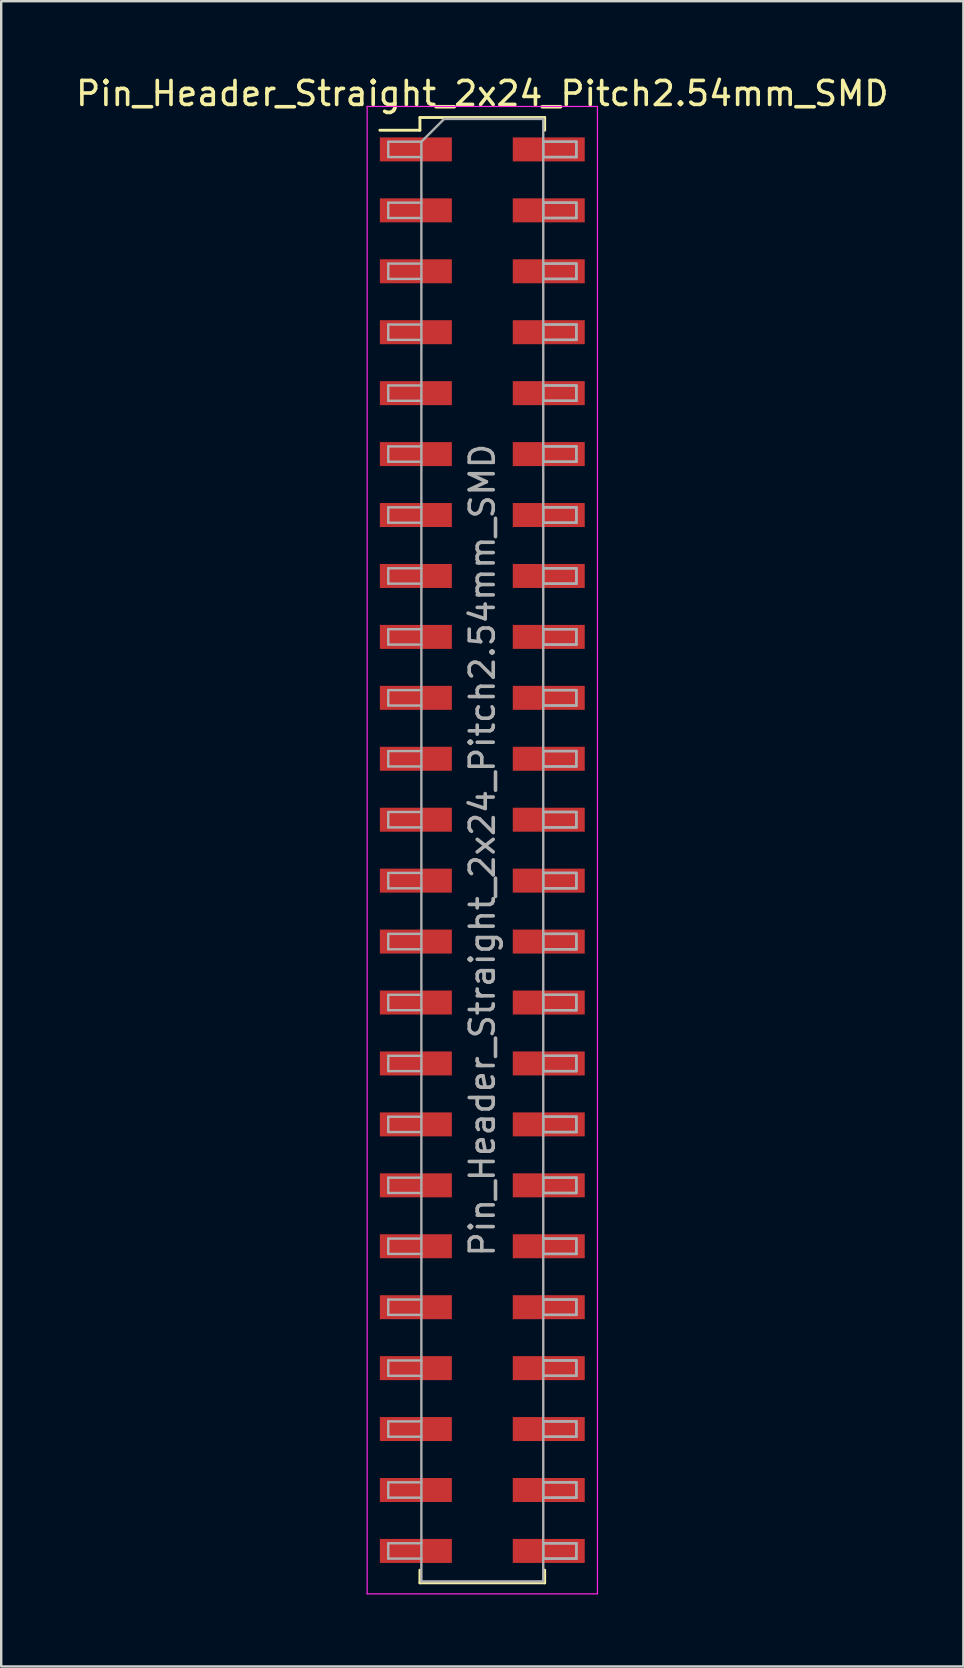
<source format=kicad_pcb>
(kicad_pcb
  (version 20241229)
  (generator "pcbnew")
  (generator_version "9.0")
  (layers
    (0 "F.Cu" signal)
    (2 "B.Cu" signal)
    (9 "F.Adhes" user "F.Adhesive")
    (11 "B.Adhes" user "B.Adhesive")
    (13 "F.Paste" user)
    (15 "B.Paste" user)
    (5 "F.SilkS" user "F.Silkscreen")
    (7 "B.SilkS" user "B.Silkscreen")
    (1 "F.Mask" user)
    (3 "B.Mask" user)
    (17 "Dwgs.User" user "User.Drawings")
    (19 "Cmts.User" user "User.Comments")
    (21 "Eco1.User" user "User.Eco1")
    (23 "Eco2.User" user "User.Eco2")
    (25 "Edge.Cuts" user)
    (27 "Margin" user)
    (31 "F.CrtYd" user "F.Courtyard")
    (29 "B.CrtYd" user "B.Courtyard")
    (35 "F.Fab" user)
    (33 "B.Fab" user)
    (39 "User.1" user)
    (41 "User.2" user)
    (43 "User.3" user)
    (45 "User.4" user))
  (footprint "Pin_Header_Straight_2x24_Pitch2.54mm_SMD"
    (layer "F.Cu")
    (at 17.054 32.388)
    (property "Reference" "Pin_Header_Straight_2x24_Pitch2.54mm_SMD" (at 0 -31.54 0) (layer "F.SilkS") (effects (font (size 1 1) (thickness 0.15))))
    (attr smd)
    (fp_line (start -4.27 -30.01) (end -2.6 -30.01) (stroke (width 0.12) (type solid)) (layer "F.SilkS"))
    (fp_line (start -2.6 -30.54) (end 2.6 -30.54) (stroke (width 0.12) (type solid)) (layer "F.SilkS"))
    (fp_line (start -2.6 -30.01) (end -2.6 -30.54) (stroke (width 0.12) (type solid)) (layer "F.SilkS"))
    (fp_line (start -2.6 30.01) (end -2.6 30.54) (stroke (width 0.12) (type solid)) (layer "F.SilkS"))
    (fp_line (start -2.6 30.54) (end 2.6 30.54) (stroke (width 0.12) (type solid)) (layer "F.SilkS"))
    (fp_line (start 2.6 -30.54) (end 2.6 -30.01) (stroke (width 0.12) (type solid)) (layer "F.SilkS"))
    (fp_line (start 2.6 30.54) (end 2.6 30.01) (stroke (width 0.12) (type solid)) (layer "F.SilkS"))
    (fp_line (start -4.8 -31) (end -4.8 31) (stroke (width 0.05) (type solid)) (layer "F.CrtYd"))
    (fp_line (start -4.8 31) (end 4.8 31) (stroke (width 0.05) (type solid)) (layer "F.CrtYd"))
    (fp_line (start 4.8 -31) (end -4.8 -31) (stroke (width 0.05) (type solid)) (layer "F.CrtYd"))
    (fp_line (start 4.8 31) (end 4.8 -31) (stroke (width 0.05) (type solid)) (layer "F.CrtYd"))
    (fp_line (start -3.92 -29.53) (end -3.92 -28.89) (stroke (width 0.1) (type solid)) (layer "F.Fab"))
    (fp_line (start -3.92 -28.89) (end -2.54 -28.89) (stroke (width 0.1) (type solid)) (layer "F.Fab"))
    (fp_line (start -3.92 -26.99) (end -3.92 -26.35) (stroke (width 0.1) (type solid)) (layer "F.Fab"))
    (fp_line (start -3.92 -26.35) (end -2.54 -26.35) (stroke (width 0.1) (type solid)) (layer "F.Fab"))
    (fp_line (start -3.92 -24.45) (end -3.92 -23.81) (stroke (width 0.1) (type solid)) (layer "F.Fab"))
    (fp_line (start -3.92 -23.81) (end -2.54 -23.81) (stroke (width 0.1) (type solid)) (layer "F.Fab"))
    (fp_line (start -3.92 -21.91) (end -3.92 -21.27) (stroke (width 0.1) (type solid)) (layer "F.Fab"))
    (fp_line (start -3.92 -21.27) (end -2.54 -21.27) (stroke (width 0.1) (type solid)) (layer "F.Fab"))
    (fp_line (start -3.92 -19.37) (end -3.92 -18.73) (stroke (width 0.1) (type solid)) (layer "F.Fab"))
    (fp_line (start -3.92 -18.73) (end -2.54 -18.73) (stroke (width 0.1) (type solid)) (layer "F.Fab"))
    (fp_line (start -3.92 -16.83) (end -3.92 -16.19) (stroke (width 0.1) (type solid)) (layer "F.Fab"))
    (fp_line (start -3.92 -16.19) (end -2.54 -16.19) (stroke (width 0.1) (type solid)) (layer "F.Fab"))
    (fp_line (start -3.92 -14.29) (end -3.92 -13.65) (stroke (width 0.1) (type solid)) (layer "F.Fab"))
    (fp_line (start -3.92 -13.65) (end -2.54 -13.65) (stroke (width 0.1) (type solid)) (layer "F.Fab"))
    (fp_line (start -3.92 -11.75) (end -3.92 -11.11) (stroke (width 0.1) (type solid)) (layer "F.Fab"))
    (fp_line (start -3.92 -11.11) (end -2.54 -11.11) (stroke (width 0.1) (type solid)) (layer "F.Fab"))
    (fp_line (start -3.92 -9.21) (end -3.92 -8.57) (stroke (width 0.1) (type solid)) (layer "F.Fab"))
    (fp_line (start -3.92 -8.57) (end -2.54 -8.57) (stroke (width 0.1) (type solid)) (layer "F.Fab"))
    (fp_line (start -3.92 -6.67) (end -3.92 -6.03) (stroke (width 0.1) (type solid)) (layer "F.Fab"))
    (fp_line (start -3.92 -6.03) (end -2.54 -6.03) (stroke (width 0.1) (type solid)) (layer "F.Fab"))
    (fp_line (start -3.92 -4.13) (end -3.92 -3.49) (stroke (width 0.1) (type solid)) (layer "F.Fab"))
    (fp_line (start -3.92 -3.49) (end -2.54 -3.49) (stroke (width 0.1) (type solid)) (layer "F.Fab"))
    (fp_line (start -3.92 -1.59) (end -3.92 -0.95) (stroke (width 0.1) (type solid)) (layer "F.Fab"))
    (fp_line (start -3.92 -0.95) (end -2.54 -0.95) (stroke (width 0.1) (type solid)) (layer "F.Fab"))
    (fp_line (start -3.92 0.95) (end -3.92 1.59) (stroke (width 0.1) (type solid)) (layer "F.Fab"))
    (fp_line (start -3.92 1.59) (end -2.54 1.59) (stroke (width 0.1) (type solid)) (layer "F.Fab"))
    (fp_line (start -3.92 3.49) (end -3.92 4.13) (stroke (width 0.1) (type solid)) (layer "F.Fab"))
    (fp_line (start -3.92 4.13) (end -2.54 4.13) (stroke (width 0.1) (type solid)) (layer "F.Fab"))
    (fp_line (start -3.92 6.03) (end -3.92 6.67) (stroke (width 0.1) (type solid)) (layer "F.Fab"))
    (fp_line (start -3.92 6.67) (end -2.54 6.67) (stroke (width 0.1) (type solid)) (layer "F.Fab"))
    (fp_line (start -3.92 8.57) (end -3.92 9.21) (stroke (width 0.1) (type solid)) (layer "F.Fab"))
    (fp_line (start -3.92 9.21) (end -2.54 9.21) (stroke (width 0.1) (type solid)) (layer "F.Fab"))
    (fp_line (start -3.92 11.11) (end -3.92 11.75) (stroke (width 0.1) (type solid)) (layer "F.Fab"))
    (fp_line (start -3.92 11.75) (end -2.54 11.75) (stroke (width 0.1) (type solid)) (layer "F.Fab"))
    (fp_line (start -3.92 13.65) (end -3.92 14.29) (stroke (width 0.1) (type solid)) (layer "F.Fab"))
    (fp_line (start -3.92 14.29) (end -2.54 14.29) (stroke (width 0.1) (type solid)) (layer "F.Fab"))
    (fp_line (start -3.92 16.19) (end -3.92 16.83) (stroke (width 0.1) (type solid)) (layer "F.Fab"))
    (fp_line (start -3.92 16.83) (end -2.54 16.83) (stroke (width 0.1) (type solid)) (layer "F.Fab"))
    (fp_line (start -3.92 18.73) (end -3.92 19.37) (stroke (width 0.1) (type solid)) (layer "F.Fab"))
    (fp_line (start -3.92 19.37) (end -2.54 19.37) (stroke (width 0.1) (type solid)) (layer "F.Fab"))
    (fp_line (start -3.92 21.27) (end -3.92 21.91) (stroke (width 0.1) (type solid)) (layer "F.Fab"))
    (fp_line (start -3.92 21.91) (end -2.54 21.91) (stroke (width 0.1) (type solid)) (layer "F.Fab"))
    (fp_line (start -3.92 23.81) (end -3.92 24.45) (stroke (width 0.1) (type solid)) (layer "F.Fab"))
    (fp_line (start -3.92 24.45) (end -2.54 24.45) (stroke (width 0.1) (type solid)) (layer "F.Fab"))
    (fp_line (start -3.92 26.35) (end -3.92 26.99) (stroke (width 0.1) (type solid)) (layer "F.Fab"))
    (fp_line (start -3.92 26.99) (end -2.54 26.99) (stroke (width 0.1) (type solid)) (layer "F.Fab"))
    (fp_line (start -3.92 28.89) (end -3.92 29.53) (stroke (width 0.1) (type solid)) (layer "F.Fab"))
    (fp_line (start -3.92 29.53) (end -2.54 29.53) (stroke (width 0.1) (type solid)) (layer "F.Fab"))
    (fp_line (start -2.54 -29.53) (end -3.92 -29.53) (stroke (width 0.1) (type solid)) (layer "F.Fab"))
    (fp_line (start -2.54 -29.53) (end -1.59 -30.48) (stroke (width 0.1) (type solid)) (layer "F.Fab"))
    (fp_line (start -2.54 -26.99) (end -3.92 -26.99) (stroke (width 0.1) (type solid)) (layer "F.Fab"))
    (fp_line (start -2.54 -24.45) (end -3.92 -24.45) (stroke (width 0.1) (type solid)) (layer "F.Fab"))
    (fp_line (start -2.54 -21.91) (end -3.92 -21.91) (stroke (width 0.1) (type solid)) (layer "F.Fab"))
    (fp_line (start -2.54 -19.37) (end -3.92 -19.37) (stroke (width 0.1) (type solid)) (layer "F.Fab"))
    (fp_line (start -2.54 -16.83) (end -3.92 -16.83) (stroke (width 0.1) (type solid)) (layer "F.Fab"))
    (fp_line (start -2.54 -14.29) (end -3.92 -14.29) (stroke (width 0.1) (type solid)) (layer "F.Fab"))
    (fp_line (start -2.54 -11.75) (end -3.92 -11.75) (stroke (width 0.1) (type solid)) (layer "F.Fab"))
    (fp_line (start -2.54 -9.21) (end -3.92 -9.21) (stroke (width 0.1) (type solid)) (layer "F.Fab"))
    (fp_line (start -2.54 -6.67) (end -3.92 -6.67) (stroke (width 0.1) (type solid)) (layer "F.Fab"))
    (fp_line (start -2.54 -4.13) (end -3.92 -4.13) (stroke (width 0.1) (type solid)) (layer "F.Fab"))
    (fp_line (start -2.54 -1.59) (end -3.92 -1.59) (stroke (width 0.1) (type solid)) (layer "F.Fab"))
    (fp_line (start -2.54 0.95) (end -3.92 0.95) (stroke (width 0.1) (type solid)) (layer "F.Fab"))
    (fp_line (start -2.54 3.49) (end -3.92 3.49) (stroke (width 0.1) (type solid)) (layer "F.Fab"))
    (fp_line (start -2.54 6.03) (end -3.92 6.03) (stroke (width 0.1) (type solid)) (layer "F.Fab"))
    (fp_line (start -2.54 8.57) (end -3.92 8.57) (stroke (width 0.1) (type solid)) (layer "F.Fab"))
    (fp_line (start -2.54 11.11) (end -3.92 11.11) (stroke (width 0.1) (type solid)) (layer "F.Fab"))
    (fp_line (start -2.54 13.65) (end -3.92 13.65) (stroke (width 0.1) (type solid)) (layer "F.Fab"))
    (fp_line (start -2.54 16.19) (end -3.92 16.19) (stroke (width 0.1) (type solid)) (layer "F.Fab"))
    (fp_line (start -2.54 18.73) (end -3.92 18.73) (stroke (width 0.1) (type solid)) (layer "F.Fab"))
    (fp_line (start -2.54 21.27) (end -3.92 21.27) (stroke (width 0.1) (type solid)) (layer "F.Fab"))
    (fp_line (start -2.54 23.81) (end -3.92 23.81) (stroke (width 0.1) (type solid)) (layer "F.Fab"))
    (fp_line (start -2.54 26.35) (end -3.92 26.35) (stroke (width 0.1) (type solid)) (layer "F.Fab"))
    (fp_line (start -2.54 28.89) (end -3.92 28.89) (stroke (width 0.1) (type solid)) (layer "F.Fab"))
    (fp_line (start -2.54 30.48) (end -2.54 -29.53) (stroke (width 0.1) (type solid)) (layer "F.Fab"))
    (fp_line (start -1.59 -30.48) (end 2.54 -30.48) (stroke (width 0.1) (type solid)) (layer "F.Fab"))
    (fp_line (start 2.54 -30.48) (end 2.54 30.48) (stroke (width 0.1) (type solid)) (layer "F.Fab"))
    (fp_line (start 2.54 -29.53) (end 2.54 -28.89) (stroke (width 0.1) (type solid)) (layer "F.Fab"))
    (fp_line (start 2.54 -29.53) (end 3.92 -29.53) (stroke (width 0.1) (type solid)) (layer "F.Fab"))
    (fp_line (start 2.54 -28.89) (end 3.92 -28.89) (stroke (width 0.1) (type solid)) (layer "F.Fab"))
    (fp_line (start 2.54 -26.99) (end 2.54 -26.35) (stroke (width 0.1) (type solid)) (layer "F.Fab"))
    (fp_line (start 2.54 -26.99) (end 3.92 -26.99) (stroke (width 0.1) (type solid)) (layer "F.Fab"))
    (fp_line (start 2.54 -26.35) (end 3.92 -26.35) (stroke (width 0.1) (type solid)) (layer "F.Fab"))
    (fp_line (start 2.54 -24.45) (end 2.54 -23.81) (stroke (width 0.1) (type solid)) (layer "F.Fab"))
    (fp_line (start 2.54 -24.45) (end 3.92 -24.45) (stroke (width 0.1) (type solid)) (layer "F.Fab"))
    (fp_line (start 2.54 -23.81) (end 3.92 -23.81) (stroke (width 0.1) (type solid)) (layer "F.Fab"))
    (fp_line (start 2.54 -21.91) (end 2.54 -21.27) (stroke (width 0.1) (type solid)) (layer "F.Fab"))
    (fp_line (start 2.54 -21.91) (end 3.92 -21.91) (stroke (width 0.1) (type solid)) (layer "F.Fab"))
    (fp_line (start 2.54 -21.27) (end 3.92 -21.27) (stroke (width 0.1) (type solid)) (layer "F.Fab"))
    (fp_line (start 2.54 -19.37) (end 2.54 -18.73) (stroke (width 0.1) (type solid)) (layer "F.Fab"))
    (fp_line (start 2.54 -19.37) (end 3.92 -19.37) (stroke (width 0.1) (type solid)) (layer "F.Fab"))
    (fp_line (start 2.54 -18.73) (end 3.92 -18.73) (stroke (width 0.1) (type solid)) (layer "F.Fab"))
    (fp_line (start 2.54 -16.83) (end 2.54 -16.19) (stroke (width 0.1) (type solid)) (layer "F.Fab"))
    (fp_line (start 2.54 -16.83) (end 3.92 -16.83) (stroke (width 0.1) (type solid)) (layer "F.Fab"))
    (fp_line (start 2.54 -16.19) (end 3.92 -16.19) (stroke (width 0.1) (type solid)) (layer "F.Fab"))
    (fp_line (start 2.54 -14.29) (end 2.54 -13.65) (stroke (width 0.1) (type solid)) (layer "F.Fab"))
    (fp_line (start 2.54 -14.29) (end 3.92 -14.29) (stroke (width 0.1) (type solid)) (layer "F.Fab"))
    (fp_line (start 2.54 -13.65) (end 3.92 -13.65) (stroke (width 0.1) (type solid)) (layer "F.Fab"))
    (fp_line (start 2.54 -11.75) (end 2.54 -11.11) (stroke (width 0.1) (type solid)) (layer "F.Fab"))
    (fp_line (start 2.54 -11.75) (end 3.92 -11.75) (stroke (width 0.1) (type solid)) (layer "F.Fab"))
    (fp_line (start 2.54 -11.11) (end 3.92 -11.11) (stroke (width 0.1) (type solid)) (layer "F.Fab"))
    (fp_line (start 2.54 -9.21) (end 2.54 -8.57) (stroke (width 0.1) (type solid)) (layer "F.Fab"))
    (fp_line (start 2.54 -9.21) (end 3.92 -9.21) (stroke (width 0.1) (type solid)) (layer "F.Fab"))
    (fp_line (start 2.54 -8.57) (end 3.92 -8.57) (stroke (width 0.1) (type solid)) (layer "F.Fab"))
    (fp_line (start 2.54 -6.67) (end 2.54 -6.03) (stroke (width 0.1) (type solid)) (layer "F.Fab"))
    (fp_line (start 2.54 -6.67) (end 3.92 -6.67) (stroke (width 0.1) (type solid)) (layer "F.Fab"))
    (fp_line (start 2.54 -6.03) (end 3.92 -6.03) (stroke (width 0.1) (type solid)) (layer "F.Fab"))
    (fp_line (start 2.54 -4.13) (end 2.54 -3.49) (stroke (width 0.1) (type solid)) (layer "F.Fab"))
    (fp_line (start 2.54 -4.13) (end 3.92 -4.13) (stroke (width 0.1) (type solid)) (layer "F.Fab"))
    (fp_line (start 2.54 -3.49) (end 3.92 -3.49) (stroke (width 0.1) (type solid)) (layer "F.Fab"))
    (fp_line (start 2.54 -1.59) (end 2.54 -0.95) (stroke (width 0.1) (type solid)) (layer "F.Fab"))
    (fp_line (start 2.54 -1.59) (end 3.92 -1.59) (stroke (width 0.1) (type solid)) (layer "F.Fab"))
    (fp_line (start 2.54 -0.95) (end 3.92 -0.95) (stroke (width 0.1) (type solid)) (layer "F.Fab"))
    (fp_line (start 2.54 0.95) (end 2.54 1.59) (stroke (width 0.1) (type solid)) (layer "F.Fab"))
    (fp_line (start 2.54 0.95) (end 3.92 0.95) (stroke (width 0.1) (type solid)) (layer "F.Fab"))
    (fp_line (start 2.54 1.59) (end 3.92 1.59) (stroke (width 0.1) (type solid)) (layer "F.Fab"))
    (fp_line (start 2.54 3.49) (end 2.54 4.13) (stroke (width 0.1) (type solid)) (layer "F.Fab"))
    (fp_line (start 2.54 3.49) (end 3.92 3.49) (stroke (width 0.1) (type solid)) (layer "F.Fab"))
    (fp_line (start 2.54 4.13) (end 3.92 4.13) (stroke (width 0.1) (type solid)) (layer "F.Fab"))
    (fp_line (start 2.54 6.03) (end 2.54 6.67) (stroke (width 0.1) (type solid)) (layer "F.Fab"))
    (fp_line (start 2.54 6.03) (end 3.92 6.03) (stroke (width 0.1) (type solid)) (layer "F.Fab"))
    (fp_line (start 2.54 6.67) (end 3.92 6.67) (stroke (width 0.1) (type solid)) (layer "F.Fab"))
    (fp_line (start 2.54 8.57) (end 2.54 9.21) (stroke (width 0.1) (type solid)) (layer "F.Fab"))
    (fp_line (start 2.54 8.57) (end 3.92 8.57) (stroke (width 0.1) (type solid)) (layer "F.Fab"))
    (fp_line (start 2.54 9.21) (end 3.92 9.21) (stroke (width 0.1) (type solid)) (layer "F.Fab"))
    (fp_line (start 2.54 11.11) (end 2.54 11.75) (stroke (width 0.1) (type solid)) (layer "F.Fab"))
    (fp_line (start 2.54 11.11) (end 3.92 11.11) (stroke (width 0.1) (type solid)) (layer "F.Fab"))
    (fp_line (start 2.54 11.75) (end 3.92 11.75) (stroke (width 0.1) (type solid)) (layer "F.Fab"))
    (fp_line (start 2.54 13.65) (end 2.54 14.29) (stroke (width 0.1) (type solid)) (layer "F.Fab"))
    (fp_line (start 2.54 13.65) (end 3.92 13.65) (stroke (width 0.1) (type solid)) (layer "F.Fab"))
    (fp_line (start 2.54 14.29) (end 3.92 14.29) (stroke (width 0.1) (type solid)) (layer "F.Fab"))
    (fp_line (start 2.54 16.19) (end 2.54 16.83) (stroke (width 0.1) (type solid)) (layer "F.Fab"))
    (fp_line (start 2.54 16.19) (end 3.92 16.19) (stroke (width 0.1) (type solid)) (layer "F.Fab"))
    (fp_line (start 2.54 16.83) (end 3.92 16.83) (stroke (width 0.1) (type solid)) (layer "F.Fab"))
    (fp_line (start 2.54 18.73) (end 2.54 19.37) (stroke (width 0.1) (type solid)) (layer "F.Fab"))
    (fp_line (start 2.54 18.73) (end 3.92 18.73) (stroke (width 0.1) (type solid)) (layer "F.Fab"))
    (fp_line (start 2.54 19.37) (end 3.92 19.37) (stroke (width 0.1) (type solid)) (layer "F.Fab"))
    (fp_line (start 2.54 21.27) (end 2.54 21.91) (stroke (width 0.1) (type solid)) (layer "F.Fab"))
    (fp_line (start 2.54 21.27) (end 3.92 21.27) (stroke (width 0.1) (type solid)) (layer "F.Fab"))
    (fp_line (start 2.54 21.91) (end 3.92 21.91) (stroke (width 0.1) (type solid)) (layer "F.Fab"))
    (fp_line (start 2.54 23.81) (end 2.54 24.45) (stroke (width 0.1) (type solid)) (layer "F.Fab"))
    (fp_line (start 2.54 23.81) (end 3.92 23.81) (stroke (width 0.1) (type solid)) (layer "F.Fab"))
    (fp_line (start 2.54 24.45) (end 3.92 24.45) (stroke (width 0.1) (type solid)) (layer "F.Fab"))
    (fp_line (start 2.54 26.35) (end 2.54 26.99) (stroke (width 0.1) (type solid)) (layer "F.Fab"))
    (fp_line (start 2.54 26.35) (end 3.92 26.35) (stroke (width 0.1) (type solid)) (layer "F.Fab"))
    (fp_line (start 2.54 26.99) (end 3.92 26.99) (stroke (width 0.1) (type solid)) (layer "F.Fab"))
    (fp_line (start 2.54 28.89) (end 2.54 29.53) (stroke (width 0.1) (type solid)) (layer "F.Fab"))
    (fp_line (start 2.54 28.89) (end 3.92 28.89) (stroke (width 0.1) (type solid)) (layer "F.Fab"))
    (fp_line (start 2.54 29.53) (end 3.92 29.53) (stroke (width 0.1) (type solid)) (layer "F.Fab"))
    (fp_line (start 2.54 30.48) (end -2.54 30.48) (stroke (width 0.1) (type solid)) (layer "F.Fab"))
    (fp_line (start 3.92 -29.53) (end 2.54 -29.53) (stroke (width 0.1) (type solid)) (layer "F.Fab"))
    (fp_line (start 3.92 -29.53) (end 3.92 -28.89) (stroke (width 0.1) (type solid)) (layer "F.Fab"))
    (fp_line (start 3.92 -28.89) (end 2.54 -28.89) (stroke (width 0.1) (type solid)) (layer "F.Fab"))
    (fp_line (start 3.92 -28.89) (end 3.92 -29.53) (stroke (width 0.1) (type solid)) (layer "F.Fab"))
    (fp_line (start 3.92 -26.99) (end 2.54 -26.99) (stroke (width 0.1) (type solid)) (layer "F.Fab"))
    (fp_line (start 3.92 -26.99) (end 3.92 -26.35) (stroke (width 0.1) (type solid)) (layer "F.Fab"))
    (fp_line (start 3.92 -26.35) (end 2.54 -26.35) (stroke (width 0.1) (type solid)) (layer "F.Fab"))
    (fp_line (start 3.92 -26.35) (end 3.92 -26.99) (stroke (width 0.1) (type solid)) (layer "F.Fab"))
    (fp_line (start 3.92 -24.45) (end 2.54 -24.45) (stroke (width 0.1) (type solid)) (layer "F.Fab"))
    (fp_line (start 3.92 -24.45) (end 3.92 -23.81) (stroke (width 0.1) (type solid)) (layer "F.Fab"))
    (fp_line (start 3.92 -23.81) (end 2.54 -23.81) (stroke (width 0.1) (type solid)) (layer "F.Fab"))
    (fp_line (start 3.92 -23.81) (end 3.92 -24.45) (stroke (width 0.1) (type solid)) (layer "F.Fab"))
    (fp_line (start 3.92 -21.91) (end 2.54 -21.91) (stroke (width 0.1) (type solid)) (layer "F.Fab"))
    (fp_line (start 3.92 -21.91) (end 3.92 -21.27) (stroke (width 0.1) (type solid)) (layer "F.Fab"))
    (fp_line (start 3.92 -21.27) (end 2.54 -21.27) (stroke (width 0.1) (type solid)) (layer "F.Fab"))
    (fp_line (start 3.92 -21.27) (end 3.92 -21.91) (stroke (width 0.1) (type solid)) (layer "F.Fab"))
    (fp_line (start 3.92 -19.37) (end 2.54 -19.37) (stroke (width 0.1) (type solid)) (layer "F.Fab"))
    (fp_line (start 3.92 -19.37) (end 3.92 -18.73) (stroke (width 0.1) (type solid)) (layer "F.Fab"))
    (fp_line (start 3.92 -18.73) (end 2.54 -18.73) (stroke (width 0.1) (type solid)) (layer "F.Fab"))
    (fp_line (start 3.92 -18.73) (end 3.92 -19.37) (stroke (width 0.1) (type solid)) (layer "F.Fab"))
    (fp_line (start 3.92 -16.83) (end 2.54 -16.83) (stroke (width 0.1) (type solid)) (layer "F.Fab"))
    (fp_line (start 3.92 -16.83) (end 3.92 -16.19) (stroke (width 0.1) (type solid)) (layer "F.Fab"))
    (fp_line (start 3.92 -16.19) (end 2.54 -16.19) (stroke (width 0.1) (type solid)) (layer "F.Fab"))
    (fp_line (start 3.92 -16.19) (end 3.92 -16.83) (stroke (width 0.1) (type solid)) (layer "F.Fab"))
    (fp_line (start 3.92 -14.29) (end 2.54 -14.29) (stroke (width 0.1) (type solid)) (layer "F.Fab"))
    (fp_line (start 3.92 -14.29) (end 3.92 -13.65) (stroke (width 0.1) (type solid)) (layer "F.Fab"))
    (fp_line (start 3.92 -13.65) (end 2.54 -13.65) (stroke (width 0.1) (type solid)) (layer "F.Fab"))
    (fp_line (start 3.92 -13.65) (end 3.92 -14.29) (stroke (width 0.1) (type solid)) (layer "F.Fab"))
    (fp_line (start 3.92 -11.75) (end 2.54 -11.75) (stroke (width 0.1) (type solid)) (layer "F.Fab"))
    (fp_line (start 3.92 -11.75) (end 3.92 -11.11) (stroke (width 0.1) (type solid)) (layer "F.Fab"))
    (fp_line (start 3.92 -11.11) (end 2.54 -11.11) (stroke (width 0.1) (type solid)) (layer "F.Fab"))
    (fp_line (start 3.92 -11.11) (end 3.92 -11.75) (stroke (width 0.1) (type solid)) (layer "F.Fab"))
    (fp_line (start 3.92 -9.21) (end 2.54 -9.21) (stroke (width 0.1) (type solid)) (layer "F.Fab"))
    (fp_line (start 3.92 -9.21) (end 3.92 -8.57) (stroke (width 0.1) (type solid)) (layer "F.Fab"))
    (fp_line (start 3.92 -8.57) (end 2.54 -8.57) (stroke (width 0.1) (type solid)) (layer "F.Fab"))
    (fp_line (start 3.92 -8.57) (end 3.92 -9.21) (stroke (width 0.1) (type solid)) (layer "F.Fab"))
    (fp_line (start 3.92 -6.67) (end 2.54 -6.67) (stroke (width 0.1) (type solid)) (layer "F.Fab"))
    (fp_line (start 3.92 -6.67) (end 3.92 -6.03) (stroke (width 0.1) (type solid)) (layer "F.Fab"))
    (fp_line (start 3.92 -6.03) (end 2.54 -6.03) (stroke (width 0.1) (type solid)) (layer "F.Fab"))
    (fp_line (start 3.92 -6.03) (end 3.92 -6.67) (stroke (width 0.1) (type solid)) (layer "F.Fab"))
    (fp_line (start 3.92 -4.13) (end 2.54 -4.13) (stroke (width 0.1) (type solid)) (layer "F.Fab"))
    (fp_line (start 3.92 -4.13) (end 3.92 -3.49) (stroke (width 0.1) (type solid)) (layer "F.Fab"))
    (fp_line (start 3.92 -3.49) (end 2.54 -3.49) (stroke (width 0.1) (type solid)) (layer "F.Fab"))
    (fp_line (start 3.92 -3.49) (end 3.92 -4.13) (stroke (width 0.1) (type solid)) (layer "F.Fab"))
    (fp_line (start 3.92 -1.59) (end 2.54 -1.59) (stroke (width 0.1) (type solid)) (layer "F.Fab"))
    (fp_line (start 3.92 -1.59) (end 3.92 -0.95) (stroke (width 0.1) (type solid)) (layer "F.Fab"))
    (fp_line (start 3.92 -0.95) (end 2.54 -0.95) (stroke (width 0.1) (type solid)) (layer "F.Fab"))
    (fp_line (start 3.92 -0.95) (end 3.92 -1.59) (stroke (width 0.1) (type solid)) (layer "F.Fab"))
    (fp_line (start 3.92 0.95) (end 2.54 0.95) (stroke (width 0.1) (type solid)) (layer "F.Fab"))
    (fp_line (start 3.92 0.95) (end 3.92 1.59) (stroke (width 0.1) (type solid)) (layer "F.Fab"))
    (fp_line (start 3.92 1.59) (end 2.54 1.59) (stroke (width 0.1) (type solid)) (layer "F.Fab"))
    (fp_line (start 3.92 1.59) (end 3.92 0.95) (stroke (width 0.1) (type solid)) (layer "F.Fab"))
    (fp_line (start 3.92 3.49) (end 2.54 3.49) (stroke (width 0.1) (type solid)) (layer "F.Fab"))
    (fp_line (start 3.92 3.49) (end 3.92 4.13) (stroke (width 0.1) (type solid)) (layer "F.Fab"))
    (fp_line (start 3.92 4.13) (end 2.54 4.13) (stroke (width 0.1) (type solid)) (layer "F.Fab"))
    (fp_line (start 3.92 4.13) (end 3.92 3.49) (stroke (width 0.1) (type solid)) (layer "F.Fab"))
    (fp_line (start 3.92 6.03) (end 2.54 6.03) (stroke (width 0.1) (type solid)) (layer "F.Fab"))
    (fp_line (start 3.92 6.03) (end 3.92 6.67) (stroke (width 0.1) (type solid)) (layer "F.Fab"))
    (fp_line (start 3.92 6.67) (end 2.54 6.67) (stroke (width 0.1) (type solid)) (layer "F.Fab"))
    (fp_line (start 3.92 6.67) (end 3.92 6.03) (stroke (width 0.1) (type solid)) (layer "F.Fab"))
    (fp_line (start 3.92 8.57) (end 2.54 8.57) (stroke (width 0.1) (type solid)) (layer "F.Fab"))
    (fp_line (start 3.92 8.57) (end 3.92 9.21) (stroke (width 0.1) (type solid)) (layer "F.Fab"))
    (fp_line (start 3.92 9.21) (end 2.54 9.21) (stroke (width 0.1) (type solid)) (layer "F.Fab"))
    (fp_line (start 3.92 9.21) (end 3.92 8.57) (stroke (width 0.1) (type solid)) (layer "F.Fab"))
    (fp_line (start 3.92 11.11) (end 2.54 11.11) (stroke (width 0.1) (type solid)) (layer "F.Fab"))
    (fp_line (start 3.92 11.11) (end 3.92 11.75) (stroke (width 0.1) (type solid)) (layer "F.Fab"))
    (fp_line (start 3.92 11.75) (end 2.54 11.75) (stroke (width 0.1) (type solid)) (layer "F.Fab"))
    (fp_line (start 3.92 11.75) (end 3.92 11.11) (stroke (width 0.1) (type solid)) (layer "F.Fab"))
    (fp_line (start 3.92 13.65) (end 2.54 13.65) (stroke (width 0.1) (type solid)) (layer "F.Fab"))
    (fp_line (start 3.92 13.65) (end 3.92 14.29) (stroke (width 0.1) (type solid)) (layer "F.Fab"))
    (fp_line (start 3.92 14.29) (end 2.54 14.29) (stroke (width 0.1) (type solid)) (layer "F.Fab"))
    (fp_line (start 3.92 14.29) (end 3.92 13.65) (stroke (width 0.1) (type solid)) (layer "F.Fab"))
    (fp_line (start 3.92 16.19) (end 2.54 16.19) (stroke (width 0.1) (type solid)) (layer "F.Fab"))
    (fp_line (start 3.92 16.19) (end 3.92 16.83) (stroke (width 0.1) (type solid)) (layer "F.Fab"))
    (fp_line (start 3.92 16.83) (end 2.54 16.83) (stroke (width 0.1) (type solid)) (layer "F.Fab"))
    (fp_line (start 3.92 16.83) (end 3.92 16.19) (stroke (width 0.1) (type solid)) (layer "F.Fab"))
    (fp_line (start 3.92 18.73) (end 2.54 18.73) (stroke (width 0.1) (type solid)) (layer "F.Fab"))
    (fp_line (start 3.92 18.73) (end 3.92 19.37) (stroke (width 0.1) (type solid)) (layer "F.Fab"))
    (fp_line (start 3.92 19.37) (end 2.54 19.37) (stroke (width 0.1) (type solid)) (layer "F.Fab"))
    (fp_line (start 3.92 19.37) (end 3.92 18.73) (stroke (width 0.1) (type solid)) (layer "F.Fab"))
    (fp_line (start 3.92 21.27) (end 2.54 21.27) (stroke (width 0.1) (type solid)) (layer "F.Fab"))
    (fp_line (start 3.92 21.27) (end 3.92 21.91) (stroke (width 0.1) (type solid)) (layer "F.Fab"))
    (fp_line (start 3.92 21.91) (end 2.54 21.91) (stroke (width 0.1) (type solid)) (layer "F.Fab"))
    (fp_line (start 3.92 21.91) (end 3.92 21.27) (stroke (width 0.1) (type solid)) (layer "F.Fab"))
    (fp_line (start 3.92 23.81) (end 2.54 23.81) (stroke (width 0.1) (type solid)) (layer "F.Fab"))
    (fp_line (start 3.92 23.81) (end 3.92 24.45) (stroke (width 0.1) (type solid)) (layer "F.Fab"))
    (fp_line (start 3.92 24.45) (end 2.54 24.45) (stroke (width 0.1) (type solid)) (layer "F.Fab"))
    (fp_line (start 3.92 24.45) (end 3.92 23.81) (stroke (width 0.1) (type solid)) (layer "F.Fab"))
    (fp_line (start 3.92 26.35) (end 2.54 26.35) (stroke (width 0.1) (type solid)) (layer "F.Fab"))
    (fp_line (start 3.92 26.35) (end 3.92 26.99) (stroke (width 0.1) (type solid)) (layer "F.Fab"))
    (fp_line (start 3.92 26.99) (end 2.54 26.99) (stroke (width 0.1) (type solid)) (layer "F.Fab"))
    (fp_line (start 3.92 26.99) (end 3.92 26.35) (stroke (width 0.1) (type solid)) (layer "F.Fab"))
    (fp_line (start 3.92 28.89) (end 2.54 28.89) (stroke (width 0.1) (type solid)) (layer "F.Fab"))
    (fp_line (start 3.92 28.89) (end 3.92 29.53) (stroke (width 0.1) (type solid)) (layer "F.Fab"))
    (fp_line (start 3.92 29.53) (end 2.54 29.53) (stroke (width 0.1) (type solid)) (layer "F.Fab"))
    (fp_line (start 3.92 29.53) (end 3.92 28.89) (stroke (width 0.1) (type solid)) (layer "F.Fab"))
    (fp_text user "${REFERENCE}" (at 0 0 90) (layer "F.Fab") (effects (font (size 1 1) (thickness 0.15))))
    (pad "1" smd rect (at -2.77 -29.21) (size 3 1) (layers "F.Cu" "F.Mask"))
    (pad "2" smd rect (at 2.77 -29.21) (size 3 1) (layers "F.Cu" "F.Mask"))
    (pad "3" smd rect (at -2.77 -26.67) (size 3 1) (layers "F.Cu" "F.Mask"))
    (pad "4" smd rect (at 2.77 -26.67) (size 3 1) (layers "F.Cu" "F.Mask"))
    (pad "5" smd rect (at -2.77 -24.13) (size 3 1) (layers "F.Cu" "F.Mask"))
    (pad "6" smd rect (at 2.77 -24.13) (size 3 1) (layers "F.Cu" "F.Mask"))
    (pad "7" smd rect (at -2.77 -21.59) (size 3 1) (layers "F.Cu" "F.Mask"))
    (pad "8" smd rect (at 2.77 -21.59) (size 3 1) (layers "F.Cu" "F.Mask"))
    (pad "9" smd rect (at -2.77 -19.05) (size 3 1) (layers "F.Cu" "F.Mask"))
    (pad "10" smd rect (at 2.77 -19.05) (size 3 1) (layers "F.Cu" "F.Mask"))
    (pad "11" smd rect (at -2.77 -16.51) (size 3 1) (layers "F.Cu" "F.Mask"))
    (pad "12" smd rect (at 2.77 -16.51) (size 3 1) (layers "F.Cu" "F.Mask"))
    (pad "13" smd rect (at -2.77 -13.97) (size 3 1) (layers "F.Cu" "F.Mask"))
    (pad "14" smd rect (at 2.77 -13.97) (size 3 1) (layers "F.Cu" "F.Mask"))
    (pad "15" smd rect (at -2.77 -11.43) (size 3 1) (layers "F.Cu" "F.Mask"))
    (pad "16" smd rect (at 2.77 -11.43) (size 3 1) (layers "F.Cu" "F.Mask"))
    (pad "17" smd rect (at -2.77 -8.89) (size 3 1) (layers "F.Cu" "F.Mask"))
    (pad "18" smd rect (at 2.77 -8.89) (size 3 1) (layers "F.Cu" "F.Mask"))
    (pad "19" smd rect (at -2.77 -6.35) (size 3 1) (layers "F.Cu" "F.Mask"))
    (pad "20" smd rect (at 2.77 -6.35) (size 3 1) (layers "F.Cu" "F.Mask"))
    (pad "21" smd rect (at -2.77 -3.81) (size 3 1) (layers "F.Cu" "F.Mask"))
    (pad "22" smd rect (at 2.77 -3.81) (size 3 1) (layers "F.Cu" "F.Mask"))
    (pad "23" smd rect (at -2.77 -1.27) (size 3 1) (layers "F.Cu" "F.Mask"))
    (pad "24" smd rect (at 2.77 -1.27) (size 3 1) (layers "F.Cu" "F.Mask"))
    (pad "25" smd rect (at -2.77 1.27) (size 3 1) (layers "F.Cu" "F.Mask"))
    (pad "26" smd rect (at 2.77 1.27) (size 3 1) (layers "F.Cu" "F.Mask"))
    (pad "27" smd rect (at -2.77 3.81) (size 3 1) (layers "F.Cu" "F.Mask"))
    (pad "28" smd rect (at 2.77 3.81) (size 3 1) (layers "F.Cu" "F.Mask"))
    (pad "29" smd rect (at -2.77 6.35) (size 3 1) (layers "F.Cu" "F.Mask"))
    (pad "30" smd rect (at 2.77 6.35) (size 3 1) (layers "F.Cu" "F.Mask"))
    (pad "31" smd rect (at -2.77 8.89) (size 3 1) (layers "F.Cu" "F.Mask"))
    (pad "32" smd rect (at 2.77 8.89) (size 3 1) (layers "F.Cu" "F.Mask"))
    (pad "33" smd rect (at -2.77 11.43) (size 3 1) (layers "F.Cu" "F.Mask"))
    (pad "34" smd rect (at 2.77 11.43) (size 3 1) (layers "F.Cu" "F.Mask"))
    (pad "35" smd rect (at -2.77 13.97) (size 3 1) (layers "F.Cu" "F.Mask"))
    (pad "36" smd rect (at 2.77 13.97) (size 3 1) (layers "F.Cu" "F.Mask"))
    (pad "37" smd rect (at -2.77 16.51) (size 3 1) (layers "F.Cu" "F.Mask"))
    (pad "38" smd rect (at 2.77 16.51) (size 3 1) (layers "F.Cu" "F.Mask"))
    (pad "39" smd rect (at -2.77 19.05) (size 3 1) (layers "F.Cu" "F.Mask"))
    (pad "40" smd rect (at 2.77 19.05) (size 3 1) (layers "F.Cu" "F.Mask"))
    (pad "41" smd rect (at -2.77 21.59) (size 3 1) (layers "F.Cu" "F.Mask"))
    (pad "42" smd rect (at 2.77 21.59) (size 3 1) (layers "F.Cu" "F.Mask"))
    (pad "43" smd rect (at -2.77 24.13) (size 3 1) (layers "F.Cu" "F.Mask"))
    (pad "44" smd rect (at 2.77 24.13) (size 3 1) (layers "F.Cu" "F.Mask"))
    (pad "45" smd rect (at -2.77 26.67) (size 3 1) (layers "F.Cu" "F.Mask"))
    (pad "46" smd rect (at 2.77 26.67) (size 3 1) (layers "F.Cu" "F.Mask"))
    (pad "47" smd rect (at -2.77 29.21) (size 3 1) (layers "F.Cu" "F.Mask"))
    (pad "48" smd rect (at 2.77 29.21) (size 3 1) (layers "F.Cu" "F.Mask")))
  (gr_rect
    (start -3 -3)
    (end 37.107 66.413)
    (stroke (width 0.1) (type default))
    (fill no)
    (layer "Edge.Cuts")))
</source>
